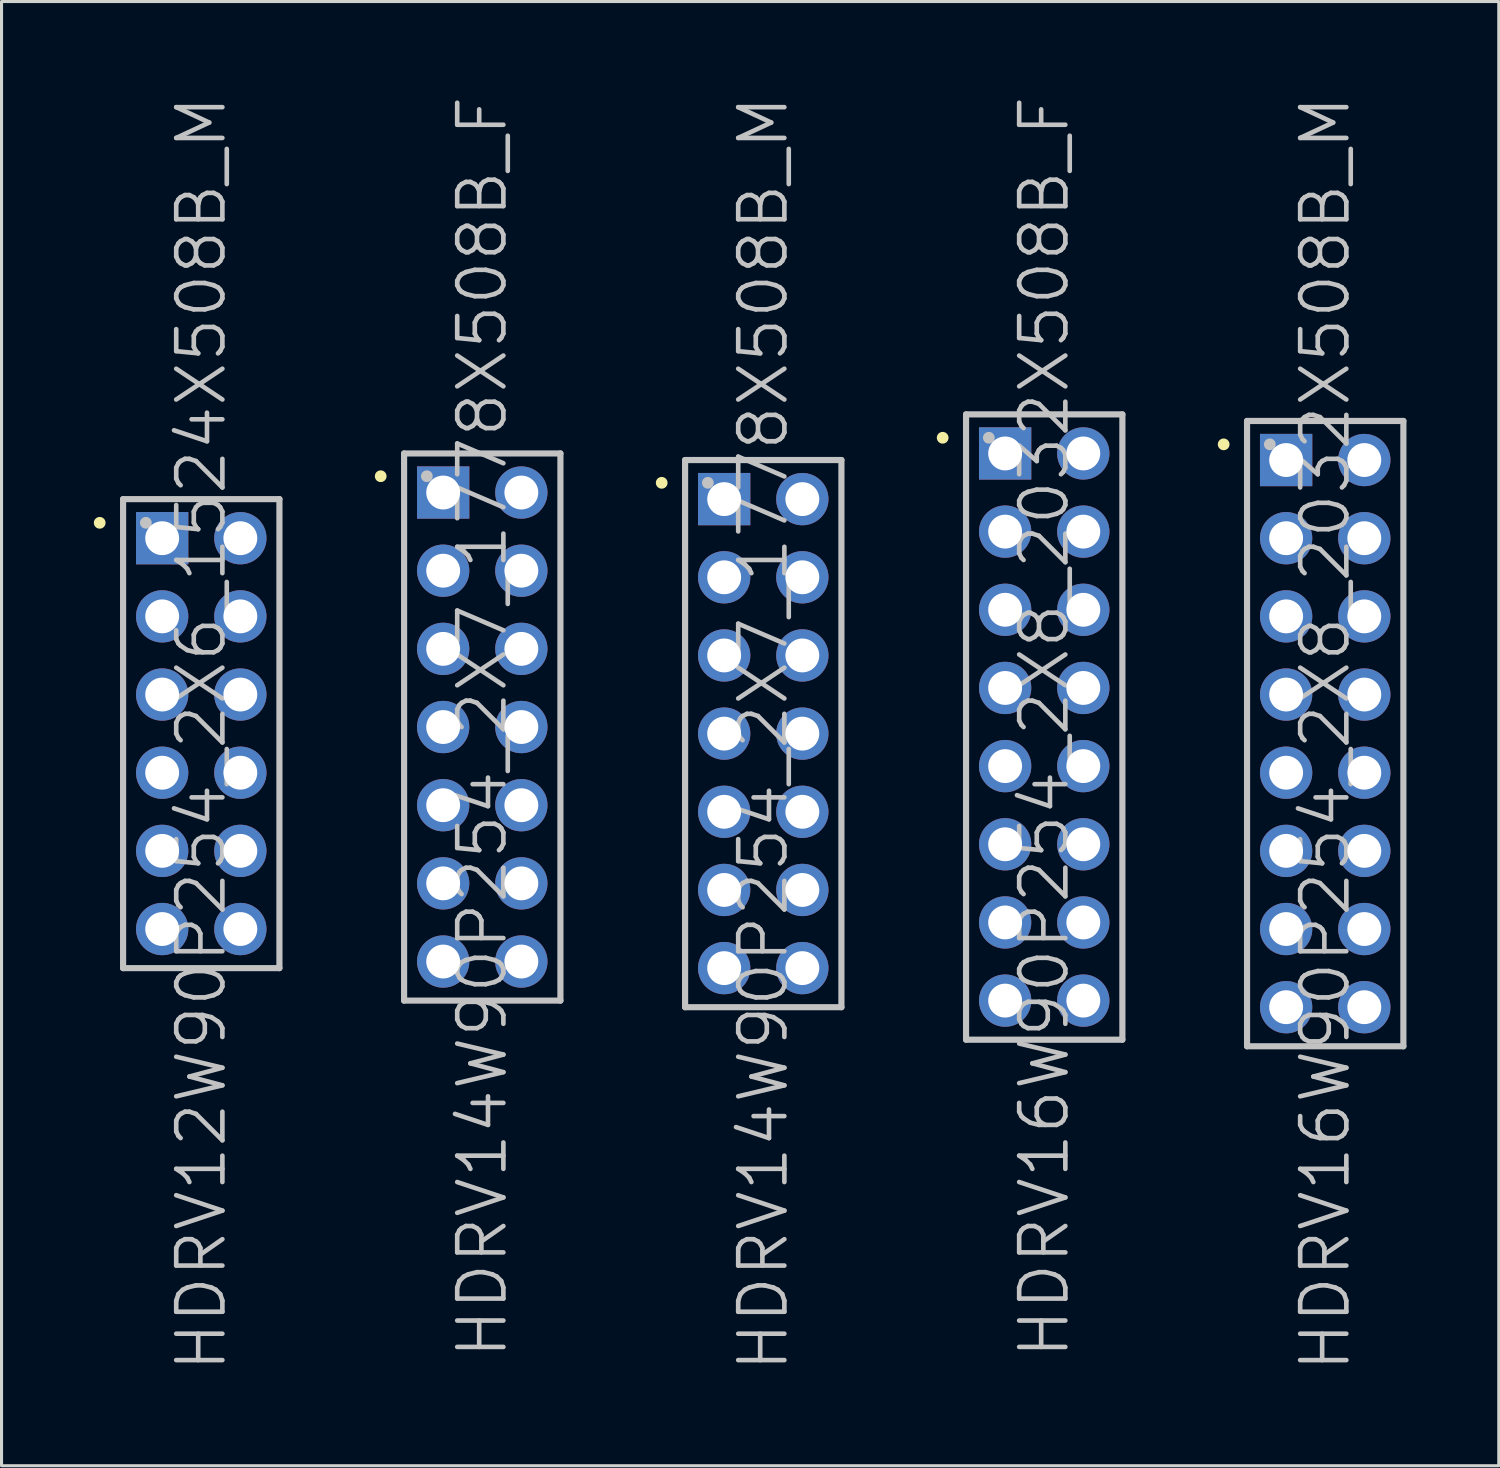
<source format=kicad_pcb>
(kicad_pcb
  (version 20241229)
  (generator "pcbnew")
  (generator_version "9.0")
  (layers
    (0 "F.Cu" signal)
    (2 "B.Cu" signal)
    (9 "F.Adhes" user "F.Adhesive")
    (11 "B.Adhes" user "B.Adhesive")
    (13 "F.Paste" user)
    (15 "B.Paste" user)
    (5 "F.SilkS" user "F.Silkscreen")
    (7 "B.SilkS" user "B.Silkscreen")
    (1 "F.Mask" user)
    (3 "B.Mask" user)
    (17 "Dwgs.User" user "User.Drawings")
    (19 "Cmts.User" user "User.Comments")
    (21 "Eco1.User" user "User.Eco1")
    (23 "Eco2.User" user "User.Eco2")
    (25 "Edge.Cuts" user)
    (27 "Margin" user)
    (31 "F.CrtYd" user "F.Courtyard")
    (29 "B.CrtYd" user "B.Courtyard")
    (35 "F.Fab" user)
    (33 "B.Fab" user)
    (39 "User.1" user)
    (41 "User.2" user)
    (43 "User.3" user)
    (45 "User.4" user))
  (footprint "HDRV14W90P254_2X7_1778X508B_M"
    (layer "F.Cu")
    (at 21.752 20.789)
    (property "Reference" "HDRV14W90P254_2X7_1778X508B_M" (at 0 0 90) (layer "Dwgs.User") (effects (font (size 1.5 1.5) (thickness 0.15))))
    (attr through_hole)
    (fp_line (start -3.3 -8.15) (end -3.3 -8.15) (stroke (width 0.381) (type solid)) (layer "F.SilkS"))
    (fp_line (start -2.54 -8.89) (end -2.54 8.89) (stroke (width 0.2) (type solid)) (layer "Dwgs.User"))
    (fp_line (start -2.54 -8.89) (end 2.54 -8.89) (stroke (width 0.2) (type solid)) (layer "Dwgs.User"))
    (fp_line (start -2.54 8.89) (end 2.54 8.89) (stroke (width 0.2) (type solid)) (layer "Dwgs.User"))
    (fp_line (start -1.8 -8.15) (end -1.8 -8.15) (stroke (width 0.381) (type solid)) (layer "Dwgs.User"))
    (fp_line (start 2.54 -8.89) (end 2.54 8.89) (stroke (width 0.2) (type solid)) (layer "Dwgs.User"))
    (pad "1" thru_hole rect (at -1.27 -7.62) (size 1.7 1.7) (drill 1.1) (layers "*.Cu" "*.Mask"))
    (pad "2" thru_hole circle (at 1.27 -7.62 270) (size 1.7 1.7) (drill 1.1) (layers "*.Cu" "*.Mask"))
    (pad "3" thru_hole circle (at -1.27 -5.08 270) (size 1.7 1.7) (drill 1.1) (layers "*.Cu" "*.Mask"))
    (pad "4" thru_hole circle (at 1.27 -5.08 270) (size 1.7 1.7) (drill 1.1) (layers "*.Cu" "*.Mask"))
    (pad "5" thru_hole circle (at -1.27 -2.54 270) (size 1.7 1.7) (drill 1.1) (layers "*.Cu" "*.Mask"))
    (pad "6" thru_hole circle (at 1.27 -2.54 270) (size 1.7 1.7) (drill 1.1) (layers "*.Cu" "*.Mask"))
    (pad "7" thru_hole circle (at -1.27 0 270) (size 1.7 1.7) (drill 1.1) (layers "*.Cu" "*.Mask"))
    (pad "8" thru_hole circle (at 1.27 0 270) (size 1.7 1.7) (drill 1.1) (layers "*.Cu" "*.Mask"))
    (pad "9" thru_hole circle (at -1.27 2.54 270) (size 1.7 1.7) (drill 1.1) (layers "*.Cu" "*.Mask"))
    (pad "10" thru_hole circle (at 1.27 2.54 270) (size 1.7 1.7) (drill 1.1) (layers "*.Cu" "*.Mask"))
    (pad "11" thru_hole circle (at -1.27 5.08 270) (size 1.7 1.7) (drill 1.1) (layers "*.Cu" "*.Mask"))
    (pad "12" thru_hole circle (at 1.27 5.08 270) (size 1.7 1.7) (drill 1.1) (layers "*.Cu" "*.Mask"))
    (pad "13" thru_hole circle (at -1.27 7.62 270) (size 1.7 1.7) (drill 1.1) (layers "*.Cu" "*.Mask"))
    (pad "14" thru_hole circle (at 1.27 7.62 270) (size 1.7 1.7) (drill 1.1) (layers "*.Cu" "*.Mask")))
  (footprint "HDRV16W90P254_2X8_2032X508B_F"
    (layer "F.Cu")
    (at 30.882 20.575)
    (property "Reference" "HDRV16W90P254_2X8_2032X508B_F" (at 0 0 90) (layer "Dwgs.User") (effects (font (size 1.5 1.5) (thickness 0.15))))
    (attr through_hole)
    (fp_line (start -3.3 -9.4) (end -3.3 -9.4) (stroke (width 0.381) (type solid)) (layer "F.SilkS"))
    (fp_line (start -2.54 -10.16) (end -2.54 10.16) (stroke (width 0.2) (type solid)) (layer "Dwgs.User"))
    (fp_line (start -2.54 -10.16) (end 2.54 -10.16) (stroke (width 0.2) (type solid)) (layer "Dwgs.User"))
    (fp_line (start -2.54 10.16) (end 2.54 10.16) (stroke (width 0.2) (type solid)) (layer "Dwgs.User"))
    (fp_line (start -1.8 -9.4) (end -1.8 -9.4) (stroke (width 0.381) (type solid)) (layer "Dwgs.User"))
    (fp_line (start 2.54 -10.16) (end 2.54 10.16) (stroke (width 0.2) (type solid)) (layer "Dwgs.User"))
    (pad "1" thru_hole rect (at -1.27 -8.89) (size 1.7 1.7) (drill 1.1) (layers "*.Cu" "*.Mask"))
    (pad "2" thru_hole circle (at 1.27 -8.89 270) (size 1.7 1.7) (drill 1.1) (layers "*.Cu" "*.Mask"))
    (pad "3" thru_hole circle (at -1.27 -6.35 270) (size 1.7 1.7) (drill 1.1) (layers "*.Cu" "*.Mask"))
    (pad "4" thru_hole circle (at 1.27 -6.35 270) (size 1.7 1.7) (drill 1.1) (layers "*.Cu" "*.Mask"))
    (pad "5" thru_hole circle (at -1.27 -3.81 270) (size 1.7 1.7) (drill 1.1) (layers "*.Cu" "*.Mask"))
    (pad "6" thru_hole circle (at 1.27 -3.81 270) (size 1.7 1.7) (drill 1.1) (layers "*.Cu" "*.Mask"))
    (pad "7" thru_hole circle (at -1.27 -1.27 270) (size 1.7 1.7) (drill 1.1) (layers "*.Cu" "*.Mask"))
    (pad "8" thru_hole circle (at 1.27 -1.27 270) (size 1.7 1.7) (drill 1.1) (layers "*.Cu" "*.Mask"))
    (pad "9" thru_hole circle (at -1.27 1.27 270) (size 1.7 1.7) (drill 1.1) (layers "*.Cu" "*.Mask"))
    (pad "10" thru_hole circle (at 1.27 1.27 270) (size 1.7 1.7) (drill 1.1) (layers "*.Cu" "*.Mask"))
    (pad "11" thru_hole circle (at -1.27 3.81 270) (size 1.7 1.7) (drill 1.1) (layers "*.Cu" "*.Mask"))
    (pad "12" thru_hole circle (at 1.27 3.81 270) (size 1.7 1.7) (drill 1.1) (layers "*.Cu" "*.Mask"))
    (pad "13" thru_hole circle (at -1.27 6.35 270) (size 1.7 1.7) (drill 1.1) (layers "*.Cu" "*.Mask"))
    (pad "14" thru_hole circle (at 1.27 6.35 270) (size 1.7 1.7) (drill 1.1) (layers "*.Cu" "*.Mask"))
    (pad "15" thru_hole circle (at -1.27 8.89 270) (size 1.7 1.7) (drill 1.1) (layers "*.Cu" "*.Mask"))
    (pad "16" thru_hole circle (at 1.27 8.89 270) (size 1.7 1.7) (drill 1.1) (layers "*.Cu" "*.Mask")))
  (footprint "HDRV14W90P254_2X7_1778X508B_F"
    (layer "F.Cu")
    (at 12.621 20.575)
    (property "Reference" "HDRV14W90P254_2X7_1778X508B_F" (at 0 0 90) (layer "Dwgs.User") (effects (font (size 1.5 1.5) (thickness 0.15))))
    (attr through_hole)
    (fp_line (start -3.3 -8.15) (end -3.3 -8.15) (stroke (width 0.381) (type solid)) (layer "F.SilkS"))
    (fp_line (start -2.54 -8.89) (end -2.54 8.89) (stroke (width 0.2) (type solid)) (layer "Dwgs.User"))
    (fp_line (start -2.54 -8.89) (end 2.54 -8.89) (stroke (width 0.2) (type solid)) (layer "Dwgs.User"))
    (fp_line (start -2.54 8.89) (end 2.54 8.89) (stroke (width 0.2) (type solid)) (layer "Dwgs.User"))
    (fp_line (start -1.8 -8.15) (end -1.8 -8.15) (stroke (width 0.381) (type solid)) (layer "Dwgs.User"))
    (fp_line (start 2.54 -8.89) (end 2.54 8.89) (stroke (width 0.2) (type solid)) (layer "Dwgs.User"))
    (pad "1" thru_hole rect (at -1.27 -7.62) (size 1.7 1.7) (drill 1.1) (layers "*.Cu" "*.Mask"))
    (pad "2" thru_hole circle (at 1.27 -7.62 270) (size 1.7 1.7) (drill 1.1) (layers "*.Cu" "*.Mask"))
    (pad "3" thru_hole circle (at -1.27 -5.08 270) (size 1.7 1.7) (drill 1.1) (layers "*.Cu" "*.Mask"))
    (pad "4" thru_hole circle (at 1.27 -5.08 270) (size 1.7 1.7) (drill 1.1) (layers "*.Cu" "*.Mask"))
    (pad "5" thru_hole circle (at -1.27 -2.54 270) (size 1.7 1.7) (drill 1.1) (layers "*.Cu" "*.Mask"))
    (pad "6" thru_hole circle (at 1.27 -2.54 270) (size 1.7 1.7) (drill 1.1) (layers "*.Cu" "*.Mask"))
    (pad "7" thru_hole circle (at -1.27 0 270) (size 1.7 1.7) (drill 1.1) (layers "*.Cu" "*.Mask"))
    (pad "8" thru_hole circle (at 1.27 0 270) (size 1.7 1.7) (drill 1.1) (layers "*.Cu" "*.Mask"))
    (pad "9" thru_hole circle (at -1.27 2.54 270) (size 1.7 1.7) (drill 1.1) (layers "*.Cu" "*.Mask"))
    (pad "10" thru_hole circle (at 1.27 2.54 270) (size 1.7 1.7) (drill 1.1) (layers "*.Cu" "*.Mask"))
    (pad "11" thru_hole circle (at -1.27 5.08 270) (size 1.7 1.7) (drill 1.1) (layers "*.Cu" "*.Mask"))
    (pad "12" thru_hole circle (at 1.27 5.08 270) (size 1.7 1.7) (drill 1.1) (layers "*.Cu" "*.Mask"))
    (pad "13" thru_hole circle (at -1.27 7.62 270) (size 1.7 1.7) (drill 1.1) (layers "*.Cu" "*.Mask"))
    (pad "14" thru_hole circle (at 1.27 7.62 270) (size 1.7 1.7) (drill 1.1) (layers "*.Cu" "*.Mask")))
  (footprint "HDRV12W90P254_2X6_1524X508B_M"
    (layer "F.Cu")
    (at 3.49 20.789)
    (property "Reference" "HDRV12W90P254_2X6_1524X508B_M" (at 0 0 90) (layer "Dwgs.User") (effects (font (size 1.5 1.5) (thickness 0.15))))
    (attr through_hole)
    (fp_line (start -3.3 -6.85) (end -3.3 -6.85) (stroke (width 0.381) (type solid)) (layer "F.SilkS"))
    (fp_line (start -2.54 -7.62) (end -2.54 7.62) (stroke (width 0.2) (type solid)) (layer "Dwgs.User"))
    (fp_line (start -2.54 -7.62) (end 2.54 -7.62) (stroke (width 0.2) (type solid)) (layer "Dwgs.User"))
    (fp_line (start -2.54 7.62) (end 2.54 7.62) (stroke (width 0.2) (type solid)) (layer "Dwgs.User"))
    (fp_line (start -1.8 -6.85) (end -1.8 -6.85) (stroke (width 0.381) (type solid)) (layer "Dwgs.User"))
    (fp_line (start 2.54 -7.62) (end 2.54 7.62) (stroke (width 0.2) (type solid)) (layer "Dwgs.User"))
    (pad "1" thru_hole rect (at -1.27 -6.35) (size 1.7 1.7) (drill 1.1) (layers "*.Cu" "*.Mask"))
    (pad "2" thru_hole circle (at 1.27 -6.35 270) (size 1.7 1.7) (drill 1.1) (layers "*.Cu" "*.Mask"))
    (pad "3" thru_hole circle (at -1.27 -3.81 270) (size 1.7 1.7) (drill 1.1) (layers "*.Cu" "*.Mask"))
    (pad "4" thru_hole circle (at 1.27 -3.81 270) (size 1.7 1.7) (drill 1.1) (layers "*.Cu" "*.Mask"))
    (pad "5" thru_hole circle (at -1.27 -1.27 270) (size 1.7 1.7) (drill 1.1) (layers "*.Cu" "*.Mask"))
    (pad "6" thru_hole circle (at 1.27 -1.27 270) (size 1.7 1.7) (drill 1.1) (layers "*.Cu" "*.Mask"))
    (pad "7" thru_hole circle (at -1.27 1.27 270) (size 1.7 1.7) (drill 1.1) (layers "*.Cu" "*.Mask"))
    (pad "8" thru_hole circle (at 1.27 1.27 270) (size 1.7 1.7) (drill 1.1) (layers "*.Cu" "*.Mask"))
    (pad "9" thru_hole circle (at -1.27 3.81 270) (size 1.7 1.7) (drill 1.1) (layers "*.Cu" "*.Mask"))
    (pad "10" thru_hole circle (at 1.27 3.81 270) (size 1.7 1.7) (drill 1.1) (layers "*.Cu" "*.Mask"))
    (pad "11" thru_hole circle (at -1.27 6.35 270) (size 1.7 1.7) (drill 1.1) (layers "*.Cu" "*.Mask"))
    (pad "12" thru_hole circle (at 1.27 6.35 270) (size 1.7 1.7) (drill 1.1) (layers "*.Cu" "*.Mask")))
  (footprint "HDRV16W90P254_2X8_2032X508B_M"
    (layer "F.Cu")
    (at 40.013 20.789)
    (property "Reference" "HDRV16W90P254_2X8_2032X508B_M" (at 0 0 90) (layer "Dwgs.User") (effects (font (size 1.5 1.5) (thickness 0.15))))
    (attr through_hole)
    (fp_line (start -3.3 -9.4) (end -3.3 -9.4) (stroke (width 0.381) (type solid)) (layer "F.SilkS"))
    (fp_line (start -2.54 -10.16) (end -2.54 10.16) (stroke (width 0.2) (type solid)) (layer "Dwgs.User"))
    (fp_line (start -2.54 -10.16) (end 2.54 -10.16) (stroke (width 0.2) (type solid)) (layer "Dwgs.User"))
    (fp_line (start -2.54 10.16) (end 2.54 10.16) (stroke (width 0.2) (type solid)) (layer "Dwgs.User"))
    (fp_line (start -1.8 -9.4) (end -1.8 -9.4) (stroke (width 0.381) (type solid)) (layer "Dwgs.User"))
    (fp_line (start 2.54 -10.16) (end 2.54 10.16) (stroke (width 0.2) (type solid)) (layer "Dwgs.User"))
    (pad "1" thru_hole rect (at -1.27 -8.89) (size 1.7 1.7) (drill 1.1) (layers "*.Cu" "*.Mask"))
    (pad "2" thru_hole circle (at 1.27 -8.89 270) (size 1.7 1.7) (drill 1.1) (layers "*.Cu" "*.Mask"))
    (pad "3" thru_hole circle (at -1.27 -6.35 270) (size 1.7 1.7) (drill 1.1) (layers "*.Cu" "*.Mask"))
    (pad "4" thru_hole circle (at 1.27 -6.35 270) (size 1.7 1.7) (drill 1.1) (layers "*.Cu" "*.Mask"))
    (pad "5" thru_hole circle (at -1.27 -3.81 270) (size 1.7 1.7) (drill 1.1) (layers "*.Cu" "*.Mask"))
    (pad "6" thru_hole circle (at 1.27 -3.81 270) (size 1.7 1.7) (drill 1.1) (layers "*.Cu" "*.Mask"))
    (pad "7" thru_hole circle (at -1.27 -1.27 270) (size 1.7 1.7) (drill 1.1) (layers "*.Cu" "*.Mask"))
    (pad "8" thru_hole circle (at 1.27 -1.27 270) (size 1.7 1.7) (drill 1.1) (layers "*.Cu" "*.Mask"))
    (pad "9" thru_hole circle (at -1.27 1.27 270) (size 1.7 1.7) (drill 1.1) (layers "*.Cu" "*.Mask"))
    (pad "10" thru_hole circle (at 1.27 1.27 270) (size 1.7 1.7) (drill 1.1) (layers "*.Cu" "*.Mask"))
    (pad "11" thru_hole circle (at -1.27 3.81 270) (size 1.7 1.7) (drill 1.1) (layers "*.Cu" "*.Mask"))
    (pad "12" thru_hole circle (at 1.27 3.81 270) (size 1.7 1.7) (drill 1.1) (layers "*.Cu" "*.Mask"))
    (pad "13" thru_hole circle (at -1.27 6.35 270) (size 1.7 1.7) (drill 1.1) (layers "*.Cu" "*.Mask"))
    (pad "14" thru_hole circle (at 1.27 6.35 270) (size 1.7 1.7) (drill 1.1) (layers "*.Cu" "*.Mask"))
    (pad "15" thru_hole circle (at -1.27 8.89 270) (size 1.7 1.7) (drill 1.1) (layers "*.Cu" "*.Mask"))
    (pad "16" thru_hole circle (at 1.27 8.89 270) (size 1.7 1.7) (drill 1.1) (layers "*.Cu" "*.Mask")))
  (gr_rect
    (start -3 -3)
    (end 45.653 44.579)
    (stroke (width 0.1) (type default))
    (fill no)
    (layer "Edge.Cuts")))
</source>
